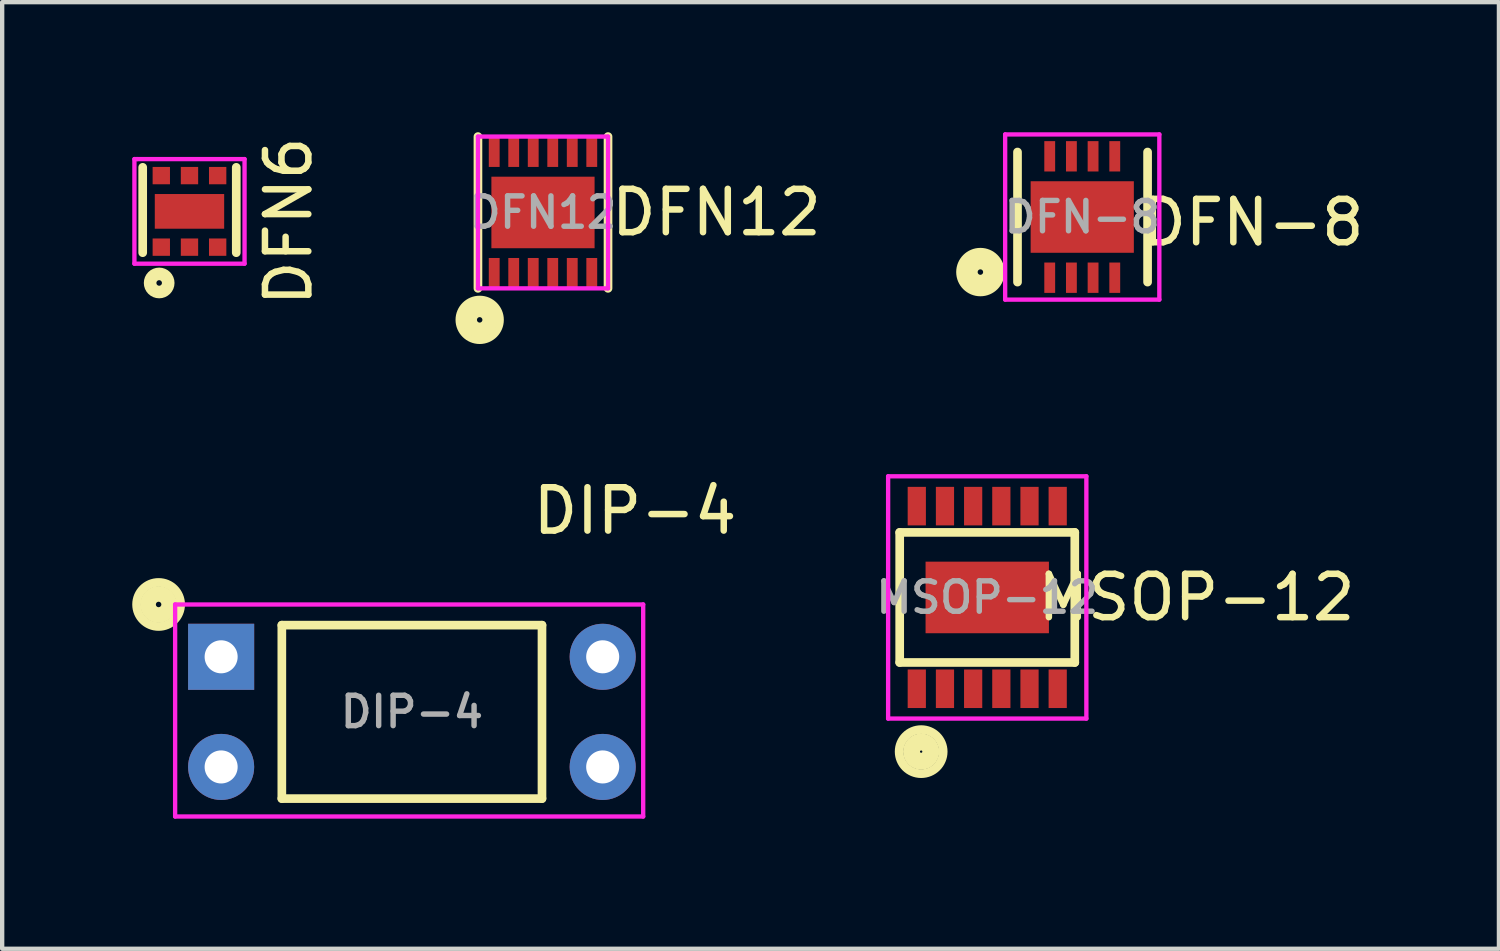
<source format=kicad_pcb>
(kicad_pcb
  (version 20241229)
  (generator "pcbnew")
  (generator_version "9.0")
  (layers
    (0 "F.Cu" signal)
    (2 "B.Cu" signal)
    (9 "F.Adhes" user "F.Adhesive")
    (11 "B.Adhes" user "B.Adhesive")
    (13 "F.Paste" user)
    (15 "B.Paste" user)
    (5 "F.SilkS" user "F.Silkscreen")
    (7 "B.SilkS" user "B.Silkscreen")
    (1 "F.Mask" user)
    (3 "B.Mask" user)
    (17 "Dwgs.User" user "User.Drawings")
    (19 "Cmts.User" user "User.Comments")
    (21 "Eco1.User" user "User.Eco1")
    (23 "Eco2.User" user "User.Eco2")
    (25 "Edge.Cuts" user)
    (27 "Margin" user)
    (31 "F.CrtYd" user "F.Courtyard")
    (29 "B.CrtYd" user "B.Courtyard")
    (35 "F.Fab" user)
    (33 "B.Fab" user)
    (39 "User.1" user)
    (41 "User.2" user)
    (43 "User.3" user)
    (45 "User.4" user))
  (footprint "DFN-8"
    (layer "F.Cu")
    (at 21.91 1.955)
    (property "Reference" "DFN-8" (at 3.937 0.127 0) (layer "F.SilkS") (effects (font (size 1 1) (thickness 0.15))))
    (attr through_hole)
    (fp_line (start -1.493 -1.499) (end -1.493 1.501) (stroke (width 0.2) (type solid)) (layer "F.SilkS"))
    (fp_line (start 1.507 1.501) (end 1.507 -1.499) (stroke (width 0.2) (type solid)) (layer "F.SilkS"))
    (fp_circle (center -2.349 1.27) (end -2.286 1.27) (stroke (width 0.2) (type solid)) (fill no) (layer "F.SilkS"))
    (fp_circle (center -2.349 1.27) (end -2.159 1.27) (stroke (width 0.2) (type solid)) (fill no) (layer "F.SilkS"))
    (fp_circle (center -2.349 1.27) (end -2.095 1.27) (stroke (width 0.2) (type solid)) (fill no) (layer "F.SilkS"))
    (fp_circle (center -2.349 1.27) (end -1.968 1.206) (stroke (width 0.2) (type solid)) (fill no) (layer "F.SilkS"))
    (fp_circle (center -2.349 1.27) (end -1.841 1.27) (stroke (width 0.1) (type solid)) (fill no) (layer "F.SilkS"))
    (fp_line (start -1.778 -1.905) (end -1.778 1.905) (stroke (width 0.1) (type solid)) (layer "F.CrtYd"))
    (fp_line (start -1.778 1.905) (end 1.778 1.905) (stroke (width 0.1) (type solid)) (layer "F.CrtYd"))
    (fp_line (start 1.778 -1.905) (end -1.778 -1.905) (stroke (width 0.1) (type solid)) (layer "F.CrtYd"))
    (fp_line (start 1.778 1.905) (end 1.778 -1.905) (stroke (width 0.1) (type solid)) (layer "F.CrtYd"))
    (fp_text user "${REFERENCE}" (at 0 0 0) (layer "F.Fab") (effects (font (size 0.7 0.7) (thickness 0.125))))
    (pad "1" smd rect (at -0.75 1.4) (size 0.25 0.7) (layers "F.Cu" "F.Mask" "F.Paste"))
    (pad "2" smd rect (at -0.25 1.4) (size 0.25 0.7) (layers "F.Cu" "F.Mask" "F.Paste"))
    (pad "3" smd rect (at 0.25 1.4) (size 0.25 0.7) (layers "F.Cu" "F.Mask" "F.Paste"))
    (pad "4" smd rect (at 0.75 1.4) (size 0.25 0.7) (layers "F.Cu" "F.Mask" "F.Paste"))
    (pad "5" smd rect (at 0.75 -1.4) (size 0.25 0.7) (layers "F.Cu" "F.Mask" "F.Paste"))
    (pad "6" smd rect (at 0.25 -1.4) (size 0.25 0.7) (layers "F.Cu" "F.Mask" "F.Paste"))
    (pad "7" smd rect (at -0.25 -1.4) (size 0.25 0.7) (layers "F.Cu" "F.Mask" "F.Paste"))
    (pad "8" smd rect (at -0.75 -1.4) (size 0.25 0.7) (layers "F.Cu" "F.Mask" "F.Paste"))
    (pad "9" smd rect (at 0 0) (size 2.38 1.65) (layers "F.Cu" "F.Mask" "F.Paste")))
  (footprint "DFN6"
    (placed yes)
    (layer "F.Cu")
    (at 1.32 1.825)
    (property "Reference" "DFN6" (at 2.286 0.229 90) (layer "F.SilkS") (effects (font (size 1 1) (thickness 0.15))))
    (attr through_hole)
    (fp_line (start -1.079 -1.016) (end -1.079 0.953) (stroke (width 0.2) (type solid)) (layer "F.SilkS"))
    (fp_line (start 1.079 -1.016) (end 1.079 0.953) (stroke (width 0.2) (type solid)) (layer "F.SilkS"))
    (fp_circle (center -0.699 1.651) (end -0.635 1.651) (stroke (width 0.2) (type solid)) (fill no) (layer "F.SilkS"))
    (fp_circle (center -0.699 1.651) (end -0.445 1.651) (stroke (width 0.2) (type solid)) (fill no) (layer "F.SilkS"))
    (fp_line (start -1.27 -1.206) (end -1.206 -1.206) (stroke (width 0.1) (type solid)) (layer "F.CrtYd"))
    (fp_line (start -1.27 1.206) (end -1.27 -1.206) (stroke (width 0.1) (type solid)) (layer "F.CrtYd"))
    (fp_line (start -1.206 -1.206) (end 1.27 -1.206) (stroke (width 0.1) (type solid)) (layer "F.CrtYd"))
    (fp_line (start 1.27 -1.206) (end 1.27 1.206) (stroke (width 0.1) (type solid)) (layer "F.CrtYd"))
    (fp_line (start 1.27 1.206) (end -1.27 1.206) (stroke (width 0.1) (type solid)) (layer "F.CrtYd"))
    (pad "1" smd rect (at -0.65 0.825) (size 0.4 0.4) (layers "F.Cu" "F.Mask" "F.Paste"))
    (pad "2" smd rect (at 0 0.825) (size 0.4 0.4) (layers "F.Cu" "F.Mask" "F.Paste"))
    (pad "3" smd rect (at 0.65 0.825) (size 0.4 0.4) (layers "F.Cu" "F.Mask" "F.Paste"))
    (pad "4" smd rect (at 0.65 -0.825) (size 0.4 0.4) (layers "F.Cu" "F.Mask" "F.Paste"))
    (pad "5" smd rect (at 0 -0.825) (size 0.4 0.4) (layers "F.Cu" "F.Mask" "F.Paste"))
    (pad "6" smd rect (at -0.65 -0.825) (size 0.4 0.4) (layers "F.Cu" "F.Mask" "F.Paste"))
    (pad "7" smd rect (at 0 0) (size 1.6 0.8) (layers "F.Cu" "F.Mask" "F.Paste")))
  (footprint "DIP-4"
    (layer "F.Cu")
    (at 6.45 13.368)
    (property "Reference" "DIP-4" (at 5.144 -4.636 0) (layer "F.SilkS") (effects (font (size 1 1) (thickness 0.15))))
    (attr through_hole)
    (fp_line (start -3 -2) (end -3 2) (stroke (width 0.2) (type solid)) (layer "F.SilkS"))
    (fp_line (start -3 2) (end 3 2) (stroke (width 0.2) (type solid)) (layer "F.SilkS"))
    (fp_line (start 3 -2) (end -3 -2) (stroke (width 0.2) (type solid)) (layer "F.SilkS"))
    (fp_line (start 3 2) (end 3 -2) (stroke (width 0.2) (type solid)) (layer "F.SilkS"))
    (fp_circle (center -5.842 -2.477) (end -5.779 -2.477) (stroke (width 0.2) (type solid)) (fill no) (layer "F.SilkS"))
    (fp_circle (center -5.842 -2.477) (end -5.652 -2.477) (stroke (width 0.2) (type solid)) (fill no) (layer "F.SilkS"))
    (fp_circle (center -5.842 -2.477) (end -5.524 -2.54) (stroke (width 0.2) (type solid)) (fill no) (layer "F.SilkS"))
    (fp_circle (center -5.842 -2.477) (end -5.334 -2.477) (stroke (width 0.2) (type solid)) (fill no) (layer "F.SilkS"))
    (fp_line (start -5.461 -2.477) (end -5.461 2.413) (stroke (width 0.1) (type solid)) (layer "F.CrtYd"))
    (fp_line (start -5.461 2.413) (end 5.334 2.413) (stroke (width 0.1) (type solid)) (layer "F.CrtYd"))
    (fp_line (start 5.334 -2.477) (end -5.461 -2.477) (stroke (width 0.1) (type solid)) (layer "F.CrtYd"))
    (fp_line (start 5.334 2.413) (end 5.334 -2.477) (stroke (width 0.1) (type solid)) (layer "F.CrtYd"))
    (fp_text user "${REFERENCE}" (at 0 0 0) (layer "F.Fab") (effects (font (size 0.7 0.7) (thickness 0.125))))
    (pad "1" thru_hole rect (at -4.4 -1.27) (size 1.524 1.524) (drill 0.762) (layers "*.Cu" "*.Mask"))
    (pad "2" thru_hole circle (at -4.4 1.27) (size 1.524 1.524) (drill 0.762) (layers "*.Cu" "*.Mask"))
    (pad "3" thru_hole circle (at 4.4 1.27) (size 1.524 1.524) (drill 0.762) (layers "*.Cu" "*.Mask"))
    (pad "4" thru_hole circle (at 4.4 -1.27) (size 1.524 1.524) (drill 0.762) (layers "*.Cu" "*.Mask")))
  (footprint "MSOP-12"
    (layer "F.Cu")
    (at 19.719 10.729)
    (property "Reference" "MSOP-12" (at 4.826 0 0) (layer "F.SilkS") (effects (font (size 1 1) (thickness 0.15))))
    (attr through_hole)
    (fp_line (start -2.019 -1.5) (end 2.019 -1.5) (stroke (width 0.2) (type solid)) (layer "F.SilkS"))
    (fp_line (start -2.019 1.5) (end -2.019 -1.5) (stroke (width 0.2) (type solid)) (layer "F.SilkS"))
    (fp_line (start 2.019 -1.5) (end 2.019 1.5) (stroke (width 0.2) (type solid)) (layer "F.SilkS"))
    (fp_line (start 2.019 1.5) (end -2.019 1.5) (stroke (width 0.2) (type solid)) (layer "F.SilkS"))
    (fp_circle (center -1.524 3.556) (end -1.46 3.556) (stroke (width 0.2) (type solid)) (fill no) (layer "F.SilkS"))
    (fp_circle (center -1.524 3.556) (end -1.397 3.556) (stroke (width 0.2) (type solid)) (fill no) (layer "F.SilkS"))
    (fp_circle (center -1.524 3.556) (end -1.206 3.556) (stroke (width 0.2) (type solid)) (fill no) (layer "F.SilkS"))
    (fp_circle (center -1.524 3.556) (end -1.016 3.556) (stroke (width 0.2) (type solid)) (fill no) (layer "F.SilkS"))
    (fp_line (start -2.286 -2.794) (end 2.286 -2.794) (stroke (width 0.1) (type solid)) (layer "F.CrtYd"))
    (fp_line (start -2.286 2.794) (end -2.286 -2.794) (stroke (width 0.1) (type solid)) (layer "F.CrtYd"))
    (fp_line (start 2.286 -2.794) (end 2.286 2.794) (stroke (width 0.1) (type solid)) (layer "F.CrtYd"))
    (fp_line (start 2.286 2.794) (end -2.286 2.794) (stroke (width 0.1) (type solid)) (layer "F.CrtYd"))
    (fp_text user "${REFERENCE}" (at 0 0 0) (layer "F.Fab") (effects (font (size 0.7 0.7) (thickness 0.125))))
    (pad "1" smd rect (at -1.625 2.106) (size 0.42 0.889) (layers "F.Cu" "F.Mask" "F.Paste"))
    (pad "2" smd rect (at -0.975 2.106) (size 0.42 0.889) (layers "F.Cu" "F.Mask" "F.Paste"))
    (pad "3" smd rect (at -0.325 2.106) (size 0.42 0.889) (layers "F.Cu" "F.Mask" "F.Paste"))
    (pad "4" smd rect (at 0.325 2.106) (size 0.42 0.889) (layers "F.Cu" "F.Mask" "F.Paste"))
    (pad "5" smd rect (at 0.975 2.106) (size 0.42 0.889) (layers "F.Cu" "F.Mask" "F.Paste"))
    (pad "6" smd rect (at 1.625 2.106) (size 0.42 0.889) (layers "F.Cu" "F.Mask" "F.Paste"))
    (pad "7" smd rect (at 1.625 -2.106) (size 0.42 0.889) (layers "F.Cu" "F.Mask" "F.Paste"))
    (pad "8" smd rect (at 0.975 -2.106) (size 0.42 0.889) (layers "F.Cu" "F.Mask" "F.Paste"))
    (pad "9" smd rect (at 0.325 -2.106) (size 0.42 0.889) (layers "F.Cu" "F.Mask" "F.Paste"))
    (pad "10" smd rect (at -0.325 -2.106) (size 0.42 0.889) (layers "F.Cu" "F.Mask" "F.Paste"))
    (pad "11" smd rect (at -0.975 -2.106) (size 0.42 0.889) (layers "F.Cu" "F.Mask" "F.Paste"))
    (pad "12" smd rect (at -1.625 -2.106) (size 0.42 0.889) (layers "F.Cu" "F.Mask" "F.Paste"))
    (pad "13" smd rect (at 0 0) (size 2.845 1.651) (layers "F.Cu" "F.Mask" "F.Paste")))
  (footprint "DFN12"
    (layer "F.Cu")
    (at 9.473 1.85)
    (property "Reference" "DFN12" (at 4 0 0) (layer "F.SilkS") (effects (font (size 1 1) (thickness 0.15))))
    (attr through_hole)
    (fp_line (start -1.5 -1.75) (end -1.5 1.75) (stroke (width 0.2) (type solid)) (layer "F.SilkS"))
    (fp_line (start 1.5 -1.75) (end 1.5 1.75) (stroke (width 0.2) (type solid)) (layer "F.SilkS"))
    (fp_circle (center -1.46 2.477) (end -1.397 2.477) (stroke (width 0.2) (type solid)) (fill no) (layer "F.SilkS"))
    (fp_circle (center -1.46 2.477) (end -1.27 2.477) (stroke (width 0.2) (type solid)) (fill no) (layer "F.SilkS"))
    (fp_circle (center -1.46 2.477) (end -1.143 2.477) (stroke (width 0.2) (type solid)) (fill no) (layer "F.SilkS"))
    (fp_circle (center -1.46 2.477) (end -1.016 2.477) (stroke (width 0.1) (type solid)) (fill no) (layer "F.SilkS"))
    (fp_circle (center -1.46 2.477) (end -0.953 2.477) (stroke (width 0.1) (type solid)) (fill no) (layer "F.SilkS"))
    (fp_line (start -1.5 -1.75) (end -1.5 1.75) (stroke (width 0.1) (type solid)) (layer "F.CrtYd"))
    (fp_line (start -1.5 1.75) (end 1.5 1.75) (stroke (width 0.1) (type solid)) (layer "F.CrtYd"))
    (fp_line (start 1.5 -1.75) (end -1.5 -1.75) (stroke (width 0.1) (type solid)) (layer "F.CrtYd"))
    (fp_line (start 1.5 1.75) (end 1.5 -1.75) (stroke (width 0.1) (type solid)) (layer "F.CrtYd"))
    (fp_text user "${REFERENCE}" (at 0 0 0) (layer "F.Fab") (effects (font (size 0.7 0.7) (thickness 0.125))))
    (pad "1" smd rect (at -1.125 1.4) (size 0.25 0.7) (layers "F.Cu" "F.Mask" "F.Paste"))
    (pad "2" smd rect (at -0.675 1.4) (size 0.25 0.7) (layers "F.Cu" "F.Mask" "F.Paste"))
    (pad "3" smd rect (at -0.225 1.4) (size 0.25 0.7) (layers "F.Cu" "F.Mask" "F.Paste"))
    (pad "4" smd rect (at 0.225 1.4) (size 0.25 0.7) (layers "F.Cu" "F.Mask" "F.Paste"))
    (pad "5" smd rect (at 0.675 1.4) (size 0.25 0.7) (layers "F.Cu" "F.Mask" "F.Paste"))
    (pad "6" smd rect (at 1.125 1.4) (size 0.25 0.7) (layers "F.Cu" "F.Mask" "F.Paste"))
    (pad "7" smd rect (at 1.125 -1.4) (size 0.25 0.7) (layers "F.Cu" "F.Mask" "F.Paste"))
    (pad "8" smd rect (at 0.675 -1.4) (size 0.25 0.7) (layers "F.Cu" "F.Mask" "F.Paste"))
    (pad "9" smd rect (at 0.225 -1.4) (size 0.25 0.7) (layers "F.Cu" "F.Mask" "F.Paste"))
    (pad "10" smd rect (at -0.225 -1.4) (size 0.25 0.7) (layers "F.Cu" "F.Mask" "F.Paste"))
    (pad "11" smd rect (at -0.675 -1.4) (size 0.25 0.7) (layers "F.Cu" "F.Mask" "F.Paste"))
    (pad "12" smd rect (at -1.125 -1.4) (size 0.25 0.7) (layers "F.Cu" "F.Mask" "F.Paste"))
    (pad "EP" smd rect (at 0 0) (size 2.38 1.65) (layers "F.Cu" "F.Mask" "F.Paste")))
  (gr_rect
    (start -3 -3)
    (end 31.52 18.831)
    (stroke (width 0.1) (type default))
    (fill no)
    (layer "Edge.Cuts")))
</source>
